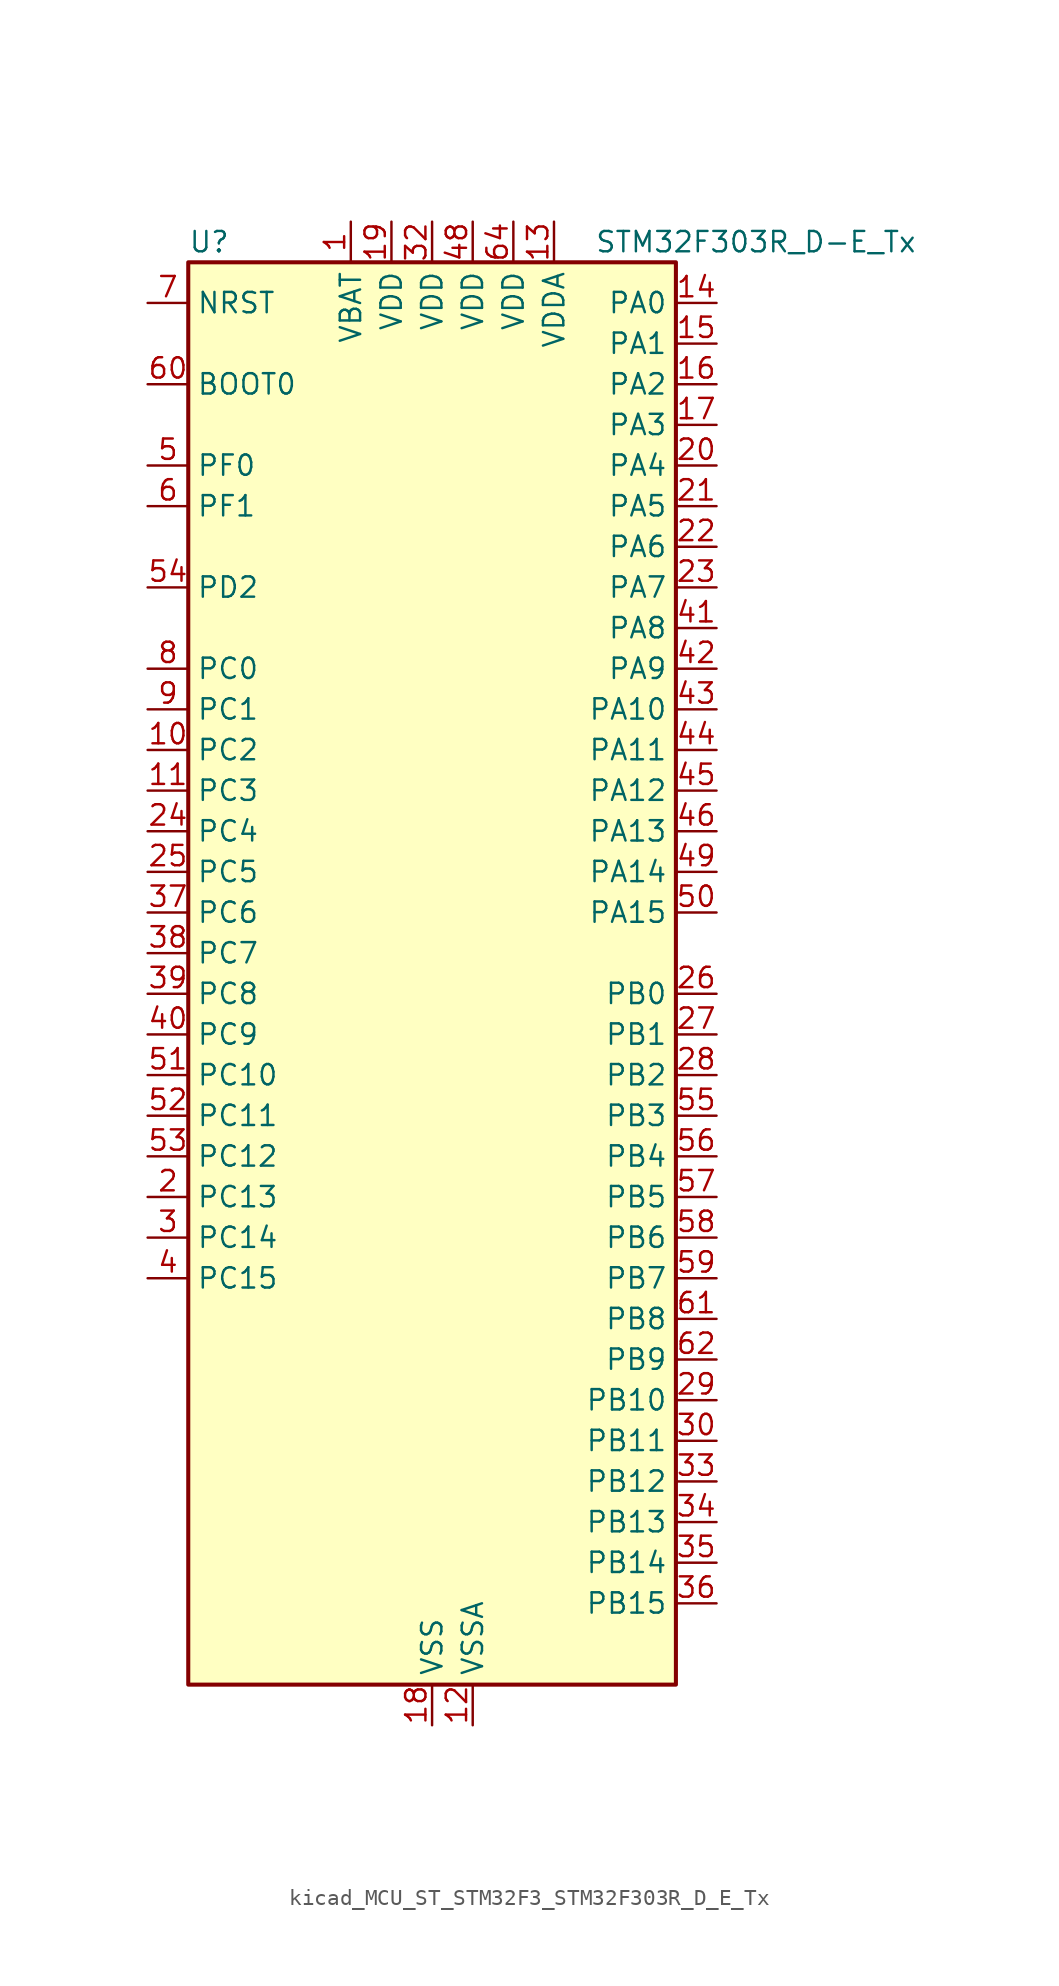
<source format=kicad_sym>
(kicad_symbol_lib
  (version 20220914)
  (generator kicad_symbol_editor)
  (symbol "kicad_MCU_ST_STM32F3_STM32F303R_D_E_Tx"
    (property "Reference" "U"
      (at -15.24 46.99 0)
      (effects (font (size 1.27 1.27)) (justify left)))
    (property "Value" "STM32F303R_D-E_Tx"
      (at 10.16 46.99 0)
      (effects (font (size 1.27 1.27)) (justify left)))
    (property "ki_locked" ""
      (at 0 0 0)
      (effects (font (size 1.27 1.27))))
    (symbol "kicad_MCU_ST_STM32F3_STM32F303R_D_E_Tx_0_1"
      (rectangle (start -15.24 -43.18) (end 15.24 45.72) (stroke (width 0.254) (type default)) (fill (type background))))
    (symbol "kicad_MCU_ST_STM32F3_STM32F303R_D_E_Tx_1_1"
      (pin power_in line (at -5.08 48.26 270) (length 2.54) (name "VBAT" (effects (font (size 1.27 1.27)))) (number "1" (effects (font (size 1.27 1.27)))))
      (pin bidirectional line (at -17.78 15.24 0) (length 2.54) (name "PC2" (effects (font (size 1.27 1.27)))) (number "10" (effects (font (size 1.27 1.27)))) (alternate "ADC1_IN8" bidirectional line) (alternate "ADC2_IN8" bidirectional line) (alternate "ADC3_EXTI2" bidirectional line) (alternate "ADC4_EXTI2" bidirectional line) (alternate "COMP7_OUT" bidirectional line) (alternate "TIM1_CH3" bidirectional line))
      (pin bidirectional line (at -17.78 12.7 0) (length 2.54) (name "PC3" (effects (font (size 1.27 1.27)))) (number "11" (effects (font (size 1.27 1.27)))) (alternate "ADC1_IN9" bidirectional line) (alternate "ADC2_IN9" bidirectional line) (alternate "TIM1_BKIN2" bidirectional line) (alternate "TIM1_CH4" bidirectional line))
      (pin power_in line (at 2.54 -45.72 90) (length 2.54) (name "VSSA" (effects (font (size 1.27 1.27)))) (number "12" (effects (font (size 1.27 1.27)))))
      (pin power_in line (at 7.62 48.26 270) (length 2.54) (name "VDDA" (effects (font (size 1.27 1.27)))) (number "13" (effects (font (size 1.27 1.27)))))
      (pin bidirectional line (at 17.78 43.18 180) (length 2.54) (name "PA0" (effects (font (size 1.27 1.27)))) (number "14" (effects (font (size 1.27 1.27)))) (alternate "ADC1_IN1" bidirectional line) (alternate "COMP1_INM" bidirectional line) (alternate "COMP1_OUT" bidirectional line) (alternate "RTC_TAMP2" bidirectional line) (alternate "SYS_WKUP1" bidirectional line) (alternate "TIM2_CH1" bidirectional line) (alternate "TIM2_ETR" bidirectional line) (alternate "TIM8_BKIN" bidirectional line) (alternate "TIM8_ETR" bidirectional line) (alternate "TSC_G1_IO1" bidirectional line) (alternate "USART2_CTS" bidirectional line))
      (pin bidirectional line (at 17.78 40.64 180) (length 2.54) (name "PA1" (effects (font (size 1.27 1.27)))) (number "15" (effects (font (size 1.27 1.27)))) (alternate "ADC1_IN2" bidirectional line) (alternate "COMP1_INP" bidirectional line) (alternate "OPAMP1_VINP" bidirectional line) (alternate "OPAMP1_VINP_SEC" bidirectional line) (alternate "OPAMP3_VINP" bidirectional line) (alternate "OPAMP3_VINP_SEC" bidirectional line) (alternate "RTC_REFIN" bidirectional line) (alternate "TIM15_CH1N" bidirectional line) (alternate "TIM2_CH2" bidirectional line) (alternate "TSC_G1_IO2" bidirectional line) (alternate "USART2_DE" bidirectional line) (alternate "USART2_RTS" bidirectional line))
      (pin bidirectional line (at 17.78 38.1 180) (length 2.54) (name "PA2" (effects (font (size 1.27 1.27)))) (number "16" (effects (font (size 1.27 1.27)))) (alternate "ADC1_IN3" bidirectional line) (alternate "ADC3_EXTI2" bidirectional line) (alternate "ADC4_EXTI2" bidirectional line) (alternate "COMP2_INM" bidirectional line) (alternate "COMP2_OUT" bidirectional line) (alternate "OPAMP1_VOUT" bidirectional line) (alternate "TIM15_CH1" bidirectional line) (alternate "TIM2_CH3" bidirectional line) (alternate "TSC_G1_IO3" bidirectional line) (alternate "USART2_TX" bidirectional line))
      (pin bidirectional line (at 17.78 35.56 180) (length 2.54) (name "PA3" (effects (font (size 1.27 1.27)))) (number "17" (effects (font (size 1.27 1.27)))) (alternate "ADC1_IN4" bidirectional line) (alternate "OPAMP1_VINM" bidirectional line) (alternate "OPAMP1_VINM_SEC" bidirectional line) (alternate "OPAMP1_VINP" bidirectional line) (alternate "OPAMP1_VINP_SEC" bidirectional line) (alternate "TIM15_CH2" bidirectional line) (alternate "TIM2_CH4" bidirectional line) (alternate "TSC_G1_IO4" bidirectional line) (alternate "USART2_RX" bidirectional line))
      (pin power_in line (at 0 -45.72 90) (length 2.54) (name "VSS" (effects (font (size 1.27 1.27)))) (number "18" (effects (font (size 1.27 1.27)))))
      (pin power_in line (at -2.54 48.26 270) (length 2.54) (name "VDD" (effects (font (size 1.27 1.27)))) (number "19" (effects (font (size 1.27 1.27)))))
      (pin bidirectional line (at -17.78 -12.7 0) (length 2.54) (name "PC13" (effects (font (size 1.27 1.27)))) (number "2" (effects (font (size 1.27 1.27)))) (alternate "RTC_OUT_ALARM" bidirectional line) (alternate "RTC_OUT_CALIB" bidirectional line) (alternate "RTC_TAMP1" bidirectional line) (alternate "RTC_TS" bidirectional line) (alternate "SYS_WKUP2" bidirectional line) (alternate "TIM1_CH1N" bidirectional line))
      (pin bidirectional line (at 17.78 33.02 180) (length 2.54) (name "PA4" (effects (font (size 1.27 1.27)))) (number "20" (effects (font (size 1.27 1.27)))) (alternate "ADC2_IN1" bidirectional line) (alternate "COMP1_INM" bidirectional line) (alternate "COMP2_INM" bidirectional line) (alternate "COMP3_INM" bidirectional line) (alternate "COMP4_INM" bidirectional line) (alternate "COMP5_INM" bidirectional line) (alternate "COMP6_INM" bidirectional line) (alternate "COMP7_INM" bidirectional line) (alternate "DAC1_OUT1" bidirectional line) (alternate "I2S3_WS" bidirectional line) (alternate "OPAMP4_VINP" bidirectional line) (alternate "OPAMP4_VINP_SEC" bidirectional line) (alternate "SPI1_NSS" bidirectional line) (alternate "SPI3_NSS" bidirectional line) (alternate "TIM3_CH2" bidirectional line) (alternate "TSC_G2_IO1" bidirectional line) (alternate "USART2_CK" bidirectional line))
      (pin bidirectional line (at 17.78 30.48 180) (length 2.54) (name "PA5" (effects (font (size 1.27 1.27)))) (number "21" (effects (font (size 1.27 1.27)))) (alternate "ADC2_IN2" bidirectional line) (alternate "COMP1_INM" bidirectional line) (alternate "COMP2_INM" bidirectional line) (alternate "COMP3_INM" bidirectional line) (alternate "COMP4_INM" bidirectional line) (alternate "COMP5_INM" bidirectional line) (alternate "COMP6_INM" bidirectional line) (alternate "COMP7_INM" bidirectional line) (alternate "DAC1_OUT2" bidirectional line) (alternate "OPAMP1_VINP" bidirectional line) (alternate "OPAMP1_VINP_SEC" bidirectional line) (alternate "OPAMP2_VINM" bidirectional line) (alternate "OPAMP2_VINM_SEC" bidirectional line) (alternate "OPAMP3_VINP" bidirectional line) (alternate "OPAMP3_VINP_SEC" bidirectional line) (alternate "SPI1_SCK" bidirectional line) (alternate "TIM2_CH1" bidirectional line) (alternate "TIM2_ETR" bidirectional line) (alternate "TSC_G2_IO2" bidirectional line))
      (pin bidirectional line (at 17.78 27.94 180) (length 2.54) (name "PA6" (effects (font (size 1.27 1.27)))) (number "22" (effects (font (size 1.27 1.27)))) (alternate "ADC2_IN3" bidirectional line) (alternate "COMP1_OUT" bidirectional line) (alternate "OPAMP2_VOUT" bidirectional line) (alternate "SPI1_MISO" bidirectional line) (alternate "TIM16_CH1" bidirectional line) (alternate "TIM1_BKIN" bidirectional line) (alternate "TIM3_CH1" bidirectional line) (alternate "TIM8_BKIN" bidirectional line) (alternate "TSC_G2_IO3" bidirectional line))
      (pin bidirectional line (at 17.78 25.4 180) (length 2.54) (name "PA7" (effects (font (size 1.27 1.27)))) (number "23" (effects (font (size 1.27 1.27)))) (alternate "ADC2_IN4" bidirectional line) (alternate "COMP2_INP" bidirectional line) (alternate "OPAMP1_VINP" bidirectional line) (alternate "OPAMP1_VINP_SEC" bidirectional line) (alternate "OPAMP2_VINP" bidirectional line) (alternate "OPAMP2_VINP_SEC" bidirectional line) (alternate "SPI1_MOSI" bidirectional line) (alternate "TIM17_CH1" bidirectional line) (alternate "TIM1_CH1N" bidirectional line) (alternate "TIM3_CH2" bidirectional line) (alternate "TIM8_CH1N" bidirectional line) (alternate "TSC_G2_IO4" bidirectional line))
      (pin bidirectional line (at -17.78 10.16 0) (length 2.54) (name "PC4" (effects (font (size 1.27 1.27)))) (number "24" (effects (font (size 1.27 1.27)))) (alternate "ADC2_IN5" bidirectional line) (alternate "TIM1_ETR" bidirectional line) (alternate "USART1_TX" bidirectional line))
      (pin bidirectional line (at -17.78 7.62 0) (length 2.54) (name "PC5" (effects (font (size 1.27 1.27)))) (number "25" (effects (font (size 1.27 1.27)))) (alternate "ADC2_IN11" bidirectional line) (alternate "OPAMP1_VINM" bidirectional line) (alternate "OPAMP1_VINM_SEC" bidirectional line) (alternate "OPAMP2_VINM" bidirectional line) (alternate "OPAMP2_VINM_SEC" bidirectional line) (alternate "TIM15_BKIN" bidirectional line) (alternate "TSC_G3_IO1" bidirectional line) (alternate "USART1_RX" bidirectional line))
      (pin bidirectional line (at 17.78 0 180) (length 2.54) (name "PB0" (effects (font (size 1.27 1.27)))) (number "26" (effects (font (size 1.27 1.27)))) (alternate "ADC3_IN12" bidirectional line) (alternate "COMP4_INP" bidirectional line) (alternate "OPAMP2_VINP" bidirectional line) (alternate "OPAMP2_VINP_SEC" bidirectional line) (alternate "OPAMP3_VINP" bidirectional line) (alternate "OPAMP3_VINP_SEC" bidirectional line) (alternate "TIM1_CH2N" bidirectional line) (alternate "TIM3_CH3" bidirectional line) (alternate "TIM8_CH2N" bidirectional line) (alternate "TSC_G3_IO2" bidirectional line))
      (pin bidirectional line (at 17.78 -2.54 180) (length 2.54) (name "PB1" (effects (font (size 1.27 1.27)))) (number "27" (effects (font (size 1.27 1.27)))) (alternate "ADC3_IN1" bidirectional line) (alternate "COMP4_OUT" bidirectional line) (alternate "OPAMP3_VOUT" bidirectional line) (alternate "TIM1_CH3N" bidirectional line) (alternate "TIM3_CH4" bidirectional line) (alternate "TIM8_CH3N" bidirectional line) (alternate "TSC_G3_IO3" bidirectional line))
      (pin bidirectional line (at 17.78 -5.08 180) (length 2.54) (name "PB2" (effects (font (size 1.27 1.27)))) (number "28" (effects (font (size 1.27 1.27)))) (alternate "ADC2_IN12" bidirectional line) (alternate "ADC3_EXTI2" bidirectional line) (alternate "ADC4_EXTI2" bidirectional line) (alternate "COMP4_INM" bidirectional line) (alternate "OPAMP3_VINM" bidirectional line) (alternate "OPAMP3_VINM_SEC" bidirectional line) (alternate "TSC_G3_IO4" bidirectional line))
      (pin bidirectional line (at 17.78 -25.4 180) (length 2.54) (name "PB10" (effects (font (size 1.27 1.27)))) (number "29" (effects (font (size 1.27 1.27)))) (alternate "COMP5_INM" bidirectional line) (alternate "OPAMP3_VINM" bidirectional line) (alternate "OPAMP3_VINM_SEC" bidirectional line) (alternate "OPAMP4_VINM" bidirectional line) (alternate "OPAMP4_VINM_SEC" bidirectional line) (alternate "TIM2_CH3" bidirectional line) (alternate "TSC_SYNC" bidirectional line) (alternate "USART3_TX" bidirectional line))
      (pin bidirectional line (at -17.78 -15.24 0) (length 2.54) (name "PC14" (effects (font (size 1.27 1.27)))) (number "3" (effects (font (size 1.27 1.27)))) (alternate "RCC_OSC32_IN" bidirectional line))
      (pin bidirectional line (at 17.78 -27.94 180) (length 2.54) (name "PB11" (effects (font (size 1.27 1.27)))) (number "30" (effects (font (size 1.27 1.27)))) (alternate "ADC1_EXTI11" bidirectional line) (alternate "ADC1_IN14" bidirectional line) (alternate "ADC2_EXTI11" bidirectional line) (alternate "ADC2_IN14" bidirectional line) (alternate "COMP6_INP" bidirectional line) (alternate "OPAMP4_VINP" bidirectional line) (alternate "OPAMP4_VINP_SEC" bidirectional line) (alternate "TIM2_CH4" bidirectional line) (alternate "TSC_G6_IO1" bidirectional line) (alternate "USART3_RX" bidirectional line))
      (pin passive line (at 0 -45.72 90) (length 2.54) hide (name "VSS" (effects (font (size 1.27 1.27)))) (number "31" (effects (font (size 1.27 1.27)))))
      (pin power_in line (at 0 48.26 270) (length 2.54) (name "VDD" (effects (font (size 1.27 1.27)))) (number "32" (effects (font (size 1.27 1.27)))))
      (pin bidirectional line (at 17.78 -30.48 180) (length 2.54) (name "PB12" (effects (font (size 1.27 1.27)))) (number "33" (effects (font (size 1.27 1.27)))) (alternate "ADC4_IN3" bidirectional line) (alternate "COMP3_INM" bidirectional line) (alternate "I2C2_SMBA" bidirectional line) (alternate "I2S2_WS" bidirectional line) (alternate "OPAMP4_VOUT" bidirectional line) (alternate "SPI2_NSS" bidirectional line) (alternate "TIM1_BKIN" bidirectional line) (alternate "TSC_G6_IO2" bidirectional line) (alternate "USART3_CK" bidirectional line))
      (pin bidirectional line (at 17.78 -33.02 180) (length 2.54) (name "PB13" (effects (font (size 1.27 1.27)))) (number "34" (effects (font (size 1.27 1.27)))) (alternate "ADC3_IN5" bidirectional line) (alternate "COMP5_INP" bidirectional line) (alternate "I2S2_CK" bidirectional line) (alternate "OPAMP3_VINP" bidirectional line) (alternate "OPAMP3_VINP_SEC" bidirectional line) (alternate "OPAMP4_VINP" bidirectional line) (alternate "OPAMP4_VINP_SEC" bidirectional line) (alternate "SPI2_SCK" bidirectional line) (alternate "TIM1_CH1N" bidirectional line) (alternate "TSC_G6_IO3" bidirectional line) (alternate "USART3_CTS" bidirectional line))
      (pin bidirectional line (at 17.78 -35.56 180) (length 2.54) (name "PB14" (effects (font (size 1.27 1.27)))) (number "35" (effects (font (size 1.27 1.27)))) (alternate "ADC4_IN4" bidirectional line) (alternate "COMP3_INP" bidirectional line) (alternate "I2S2_ext_SD" bidirectional line) (alternate "OPAMP2_VINP" bidirectional line) (alternate "OPAMP2_VINP_SEC" bidirectional line) (alternate "SPI2_MISO" bidirectional line) (alternate "TIM15_CH1" bidirectional line) (alternate "TIM1_CH2N" bidirectional line) (alternate "TSC_G6_IO4" bidirectional line) (alternate "USART3_DE" bidirectional line) (alternate "USART3_RTS" bidirectional line))
      (pin bidirectional line (at 17.78 -38.1 180) (length 2.54) (name "PB15" (effects (font (size 1.27 1.27)))) (number "36" (effects (font (size 1.27 1.27)))) (alternate "ADC1_EXTI15" bidirectional line) (alternate "ADC2_EXTI15" bidirectional line) (alternate "ADC3_EXTI15" bidirectional line) (alternate "ADC4_EXTI15" bidirectional line) (alternate "ADC4_IN5" bidirectional line) (alternate "COMP6_INM" bidirectional line) (alternate "I2S2_SD" bidirectional line) (alternate "RTC_REFIN" bidirectional line) (alternate "SPI2_MOSI" bidirectional line) (alternate "TIM15_CH1N" bidirectional line) (alternate "TIM15_CH2" bidirectional line) (alternate "TIM1_CH3N" bidirectional line))
      (pin bidirectional line (at -17.78 5.08 0) (length 2.54) (name "PC6" (effects (font (size 1.27 1.27)))) (number "37" (effects (font (size 1.27 1.27)))) (alternate "COMP6_OUT" bidirectional line) (alternate "I2S2_MCK" bidirectional line) (alternate "TIM3_CH1" bidirectional line) (alternate "TIM8_CH1" bidirectional line))
      (pin bidirectional line (at -17.78 2.54 0) (length 2.54) (name "PC7" (effects (font (size 1.27 1.27)))) (number "38" (effects (font (size 1.27 1.27)))) (alternate "COMP5_OUT" bidirectional line) (alternate "I2S3_MCK" bidirectional line) (alternate "TIM3_CH2" bidirectional line) (alternate "TIM8_CH2" bidirectional line))
      (pin bidirectional line (at -17.78 0 0) (length 2.54) (name "PC8" (effects (font (size 1.27 1.27)))) (number "39" (effects (font (size 1.27 1.27)))) (alternate "COMP3_OUT" bidirectional line) (alternate "TIM3_CH3" bidirectional line) (alternate "TIM8_CH3" bidirectional line))
      (pin bidirectional line (at -17.78 -17.78 0) (length 2.54) (name "PC15" (effects (font (size 1.27 1.27)))) (number "4" (effects (font (size 1.27 1.27)))) (alternate "ADC1_EXTI15" bidirectional line) (alternate "ADC2_EXTI15" bidirectional line) (alternate "ADC3_EXTI15" bidirectional line) (alternate "ADC4_EXTI15" bidirectional line) (alternate "RCC_OSC32_OUT" bidirectional line))
      (pin bidirectional line (at -17.78 -2.54 0) (length 2.54) (name "PC9" (effects (font (size 1.27 1.27)))) (number "40" (effects (font (size 1.27 1.27)))) (alternate "DAC1_EXTI9" bidirectional line) (alternate "I2C3_SDA" bidirectional line) (alternate "I2S_CKIN" bidirectional line) (alternate "TIM3_CH4" bidirectional line) (alternate "TIM8_BKIN2" bidirectional line) (alternate "TIM8_CH4" bidirectional line))
      (pin bidirectional line (at 17.78 22.86 180) (length 2.54) (name "PA8" (effects (font (size 1.27 1.27)))) (number "41" (effects (font (size 1.27 1.27)))) (alternate "COMP3_OUT" bidirectional line) (alternate "I2C2_SMBA" bidirectional line) (alternate "I2C3_SCL" bidirectional line) (alternate "I2S2_MCK" bidirectional line) (alternate "RCC_MCO" bidirectional line) (alternate "TIM1_CH1" bidirectional line) (alternate "TIM4_ETR" bidirectional line) (alternate "USART1_CK" bidirectional line))
      (pin bidirectional line (at 17.78 20.32 180) (length 2.54) (name "PA9" (effects (font (size 1.27 1.27)))) (number "42" (effects (font (size 1.27 1.27)))) (alternate "COMP5_OUT" bidirectional line) (alternate "DAC1_EXTI9" bidirectional line) (alternate "I2C2_SCL" bidirectional line) (alternate "I2C3_SMBA" bidirectional line) (alternate "I2S3_MCK" bidirectional line) (alternate "TIM15_BKIN" bidirectional line) (alternate "TIM1_CH2" bidirectional line) (alternate "TIM2_CH3" bidirectional line) (alternate "TSC_G4_IO1" bidirectional line) (alternate "USART1_TX" bidirectional line))
      (pin bidirectional line (at 17.78 17.78 180) (length 2.54) (name "PA10" (effects (font (size 1.27 1.27)))) (number "43" (effects (font (size 1.27 1.27)))) (alternate "COMP6_OUT" bidirectional line) (alternate "I2C2_SDA" bidirectional line) (alternate "I2S2_ext_SD" bidirectional line) (alternate "SPI2_MISO" bidirectional line) (alternate "TIM17_BKIN" bidirectional line) (alternate "TIM1_CH3" bidirectional line) (alternate "TIM2_CH4" bidirectional line) (alternate "TIM8_BKIN" bidirectional line) (alternate "TSC_G4_IO2" bidirectional line) (alternate "USART1_RX" bidirectional line))
      (pin bidirectional line (at 17.78 15.24 180) (length 2.54) (name "PA11" (effects (font (size 1.27 1.27)))) (number "44" (effects (font (size 1.27 1.27)))) (alternate "ADC1_EXTI11" bidirectional line) (alternate "ADC2_EXTI11" bidirectional line) (alternate "CAN_RX" bidirectional line) (alternate "COMP1_OUT" bidirectional line) (alternate "I2S2_SD" bidirectional line) (alternate "SPI2_MOSI" bidirectional line) (alternate "TIM1_BKIN2" bidirectional line) (alternate "TIM1_CH1N" bidirectional line) (alternate "TIM1_CH4" bidirectional line) (alternate "TIM4_CH1" bidirectional line) (alternate "USART1_CTS" bidirectional line) (alternate "USB_DM" bidirectional line))
      (pin bidirectional line (at 17.78 12.7 180) (length 2.54) (name "PA12" (effects (font (size 1.27 1.27)))) (number "45" (effects (font (size 1.27 1.27)))) (alternate "CAN_TX" bidirectional line) (alternate "COMP2_OUT" bidirectional line) (alternate "I2S_CKIN" bidirectional line) (alternate "TIM16_CH1" bidirectional line) (alternate "TIM1_CH2N" bidirectional line) (alternate "TIM1_ETR" bidirectional line) (alternate "TIM4_CH2" bidirectional line) (alternate "USART1_DE" bidirectional line) (alternate "USART1_RTS" bidirectional line) (alternate "USB_DP" bidirectional line))
      (pin bidirectional line (at 17.78 10.16 180) (length 2.54) (name "PA13" (effects (font (size 1.27 1.27)))) (number "46" (effects (font (size 1.27 1.27)))) (alternate "IR_OUT" bidirectional line) (alternate "SYS_JTMS-SWDIO" bidirectional line) (alternate "TIM16_CH1N" bidirectional line) (alternate "TIM4_CH3" bidirectional line) (alternate "TSC_G4_IO3" bidirectional line) (alternate "USART3_CTS" bidirectional line))
      (pin passive line (at 0 -45.72 90) (length 2.54) hide (name "VSS" (effects (font (size 1.27 1.27)))) (number "47" (effects (font (size 1.27 1.27)))))
      (pin power_in line (at 2.54 48.26 270) (length 2.54) (name "VDD" (effects (font (size 1.27 1.27)))) (number "48" (effects (font (size 1.27 1.27)))))
      (pin bidirectional line (at 17.78 7.62 180) (length 2.54) (name "PA14" (effects (font (size 1.27 1.27)))) (number "49" (effects (font (size 1.27 1.27)))) (alternate "I2C1_SDA" bidirectional line) (alternate "SYS_JTCK-SWCLK" bidirectional line) (alternate "TIM1_BKIN" bidirectional line) (alternate "TIM8_CH2" bidirectional line) (alternate "TSC_G4_IO4" bidirectional line) (alternate "USART2_TX" bidirectional line))
      (pin bidirectional line (at -17.78 33.02 0) (length 2.54) (name "PF0" (effects (font (size 1.27 1.27)))) (number "5" (effects (font (size 1.27 1.27)))) (alternate "I2C2_SDA" bidirectional line) (alternate "I2S2_WS" bidirectional line) (alternate "RCC_OSC_IN" bidirectional line) (alternate "SPI2_NSS" bidirectional line) (alternate "TIM1_CH3N" bidirectional line))
      (pin bidirectional line (at 17.78 5.08 180) (length 2.54) (name "PA15" (effects (font (size 1.27 1.27)))) (number "50" (effects (font (size 1.27 1.27)))) (alternate "ADC1_EXTI15" bidirectional line) (alternate "ADC2_EXTI15" bidirectional line) (alternate "ADC3_EXTI15" bidirectional line) (alternate "ADC4_EXTI15" bidirectional line) (alternate "I2C1_SCL" bidirectional line) (alternate "I2S3_WS" bidirectional line) (alternate "SPI1_NSS" bidirectional line) (alternate "SPI3_NSS" bidirectional line) (alternate "SYS_JTDI" bidirectional line) (alternate "TIM1_BKIN" bidirectional line) (alternate "TIM2_CH1" bidirectional line) (alternate "TIM2_ETR" bidirectional line) (alternate "TIM8_CH1" bidirectional line) (alternate "TSC_SYNC" bidirectional line) (alternate "USART2_RX" bidirectional line))
      (pin bidirectional line (at -17.78 -5.08 0) (length 2.54) (name "PC10" (effects (font (size 1.27 1.27)))) (number "51" (effects (font (size 1.27 1.27)))) (alternate "I2S3_CK" bidirectional line) (alternate "SPI3_SCK" bidirectional line) (alternate "TIM8_CH1N" bidirectional line) (alternate "UART4_TX" bidirectional line) (alternate "USART3_TX" bidirectional line))
      (pin bidirectional line (at -17.78 -7.62 0) (length 2.54) (name "PC11" (effects (font (size 1.27 1.27)))) (number "52" (effects (font (size 1.27 1.27)))) (alternate "ADC1_EXTI11" bidirectional line) (alternate "ADC2_EXTI11" bidirectional line) (alternate "I2S3_ext_SD" bidirectional line) (alternate "SPI3_MISO" bidirectional line) (alternate "TIM8_CH2N" bidirectional line) (alternate "UART4_RX" bidirectional line) (alternate "USART3_RX" bidirectional line))
      (pin bidirectional line (at -17.78 -10.16 0) (length 2.54) (name "PC12" (effects (font (size 1.27 1.27)))) (number "53" (effects (font (size 1.27 1.27)))) (alternate "I2S3_SD" bidirectional line) (alternate "SPI3_MOSI" bidirectional line) (alternate "TIM8_CH3N" bidirectional line) (alternate "UART5_TX" bidirectional line) (alternate "USART3_CK" bidirectional line))
      (pin bidirectional line (at -17.78 25.4 0) (length 2.54) (name "PD2" (effects (font (size 1.27 1.27)))) (number "54" (effects (font (size 1.27 1.27)))) (alternate "ADC3_EXTI2" bidirectional line) (alternate "ADC4_EXTI2" bidirectional line) (alternate "TIM3_ETR" bidirectional line) (alternate "TIM8_BKIN" bidirectional line) (alternate "UART5_RX" bidirectional line))
      (pin bidirectional line (at 17.78 -7.62 180) (length 2.54) (name "PB3" (effects (font (size 1.27 1.27)))) (number "55" (effects (font (size 1.27 1.27)))) (alternate "I2S3_CK" bidirectional line) (alternate "SPI1_SCK" bidirectional line) (alternate "SPI3_SCK" bidirectional line) (alternate "SYS_JTDO-TRACESWO" bidirectional line) (alternate "TIM2_CH2" bidirectional line) (alternate "TIM3_ETR" bidirectional line) (alternate "TIM4_ETR" bidirectional line) (alternate "TIM8_CH1N" bidirectional line) (alternate "TSC_G5_IO1" bidirectional line) (alternate "USART2_TX" bidirectional line))
      (pin bidirectional line (at 17.78 -10.16 180) (length 2.54) (name "PB4" (effects (font (size 1.27 1.27)))) (number "56" (effects (font (size 1.27 1.27)))) (alternate "I2S3_ext_SD" bidirectional line) (alternate "SPI1_MISO" bidirectional line) (alternate "SPI3_MISO" bidirectional line) (alternate "SYS_NJTRST" bidirectional line) (alternate "TIM16_CH1" bidirectional line) (alternate "TIM17_BKIN" bidirectional line) (alternate "TIM3_CH1" bidirectional line) (alternate "TIM8_CH2N" bidirectional line) (alternate "TSC_G5_IO2" bidirectional line) (alternate "USART2_RX" bidirectional line))
      (pin bidirectional line (at 17.78 -12.7 180) (length 2.54) (name "PB5" (effects (font (size 1.27 1.27)))) (number "57" (effects (font (size 1.27 1.27)))) (alternate "I2C1_SMBA" bidirectional line) (alternate "I2C3_SDA" bidirectional line) (alternate "I2S3_SD" bidirectional line) (alternate "SPI1_MOSI" bidirectional line) (alternate "SPI3_MOSI" bidirectional line) (alternate "TIM16_BKIN" bidirectional line) (alternate "TIM17_CH1" bidirectional line) (alternate "TIM3_CH2" bidirectional line) (alternate "TIM8_CH3N" bidirectional line) (alternate "USART2_CK" bidirectional line))
      (pin bidirectional line (at 17.78 -15.24 180) (length 2.54) (name "PB6" (effects (font (size 1.27 1.27)))) (number "58" (effects (font (size 1.27 1.27)))) (alternate "I2C1_SCL" bidirectional line) (alternate "TIM16_CH1N" bidirectional line) (alternate "TIM4_CH1" bidirectional line) (alternate "TIM8_BKIN2" bidirectional line) (alternate "TIM8_CH1" bidirectional line) (alternate "TIM8_ETR" bidirectional line) (alternate "TSC_G5_IO3" bidirectional line) (alternate "USART1_TX" bidirectional line))
      (pin bidirectional line (at 17.78 -17.78 180) (length 2.54) (name "PB7" (effects (font (size 1.27 1.27)))) (number "59" (effects (font (size 1.27 1.27)))) (alternate "I2C1_SDA" bidirectional line) (alternate "TIM17_CH1N" bidirectional line) (alternate "TIM3_CH4" bidirectional line) (alternate "TIM4_CH2" bidirectional line) (alternate "TIM8_BKIN" bidirectional line) (alternate "TSC_G5_IO4" bidirectional line) (alternate "USART1_RX" bidirectional line))
      (pin bidirectional line (at -17.78 30.48 0) (length 2.54) (name "PF1" (effects (font (size 1.27 1.27)))) (number "6" (effects (font (size 1.27 1.27)))) (alternate "I2C2_SCL" bidirectional line) (alternate "I2S2_CK" bidirectional line) (alternate "RCC_OSC_OUT" bidirectional line) (alternate "SPI2_SCK" bidirectional line))
      (pin input line (at -17.78 38.1 0) (length 2.54) (name "BOOT0" (effects (font (size 1.27 1.27)))) (number "60" (effects (font (size 1.27 1.27)))))
      (pin bidirectional line (at 17.78 -20.32 180) (length 2.54) (name "PB8" (effects (font (size 1.27 1.27)))) (number "61" (effects (font (size 1.27 1.27)))) (alternate "CAN_RX" bidirectional line) (alternate "COMP1_OUT" bidirectional line) (alternate "I2C1_SCL" bidirectional line) (alternate "TIM16_CH1" bidirectional line) (alternate "TIM1_BKIN" bidirectional line) (alternate "TIM4_CH3" bidirectional line) (alternate "TIM8_CH2" bidirectional line) (alternate "TSC_SYNC" bidirectional line) (alternate "USART3_RX" bidirectional line))
      (pin bidirectional line (at 17.78 -22.86 180) (length 2.54) (name "PB9" (effects (font (size 1.27 1.27)))) (number "62" (effects (font (size 1.27 1.27)))) (alternate "CAN_TX" bidirectional line) (alternate "COMP2_OUT" bidirectional line) (alternate "DAC1_EXTI9" bidirectional line) (alternate "I2C1_SDA" bidirectional line) (alternate "IR_OUT" bidirectional line) (alternate "TIM17_CH1" bidirectional line) (alternate "TIM4_CH4" bidirectional line) (alternate "TIM8_CH3" bidirectional line) (alternate "USART3_TX" bidirectional line))
      (pin passive line (at 0 -45.72 90) (length 2.54) hide (name "VSS" (effects (font (size 1.27 1.27)))) (number "63" (effects (font (size 1.27 1.27)))))
      (pin power_in line (at 5.08 48.26 270) (length 2.54) (name "VDD" (effects (font (size 1.27 1.27)))) (number "64" (effects (font (size 1.27 1.27)))))
      (pin input line (at -17.78 43.18 0) (length 2.54) (name "NRST" (effects (font (size 1.27 1.27)))) (number "7" (effects (font (size 1.27 1.27)))))
      (pin bidirectional line (at -17.78 20.32 0) (length 2.54) (name "PC0" (effects (font (size 1.27 1.27)))) (number "8" (effects (font (size 1.27 1.27)))) (alternate "ADC1_IN6" bidirectional line) (alternate "ADC2_IN6" bidirectional line) (alternate "COMP7_INM" bidirectional line) (alternate "TIM1_CH1" bidirectional line))
      (pin bidirectional line (at -17.78 17.78 0) (length 2.54) (name "PC1" (effects (font (size 1.27 1.27)))) (number "9" (effects (font (size 1.27 1.27)))) (alternate "ADC1_IN7" bidirectional line) (alternate "ADC2_IN7" bidirectional line) (alternate "COMP7_INP" bidirectional line) (alternate "TIM1_CH2" bidirectional line)))))
</source>
